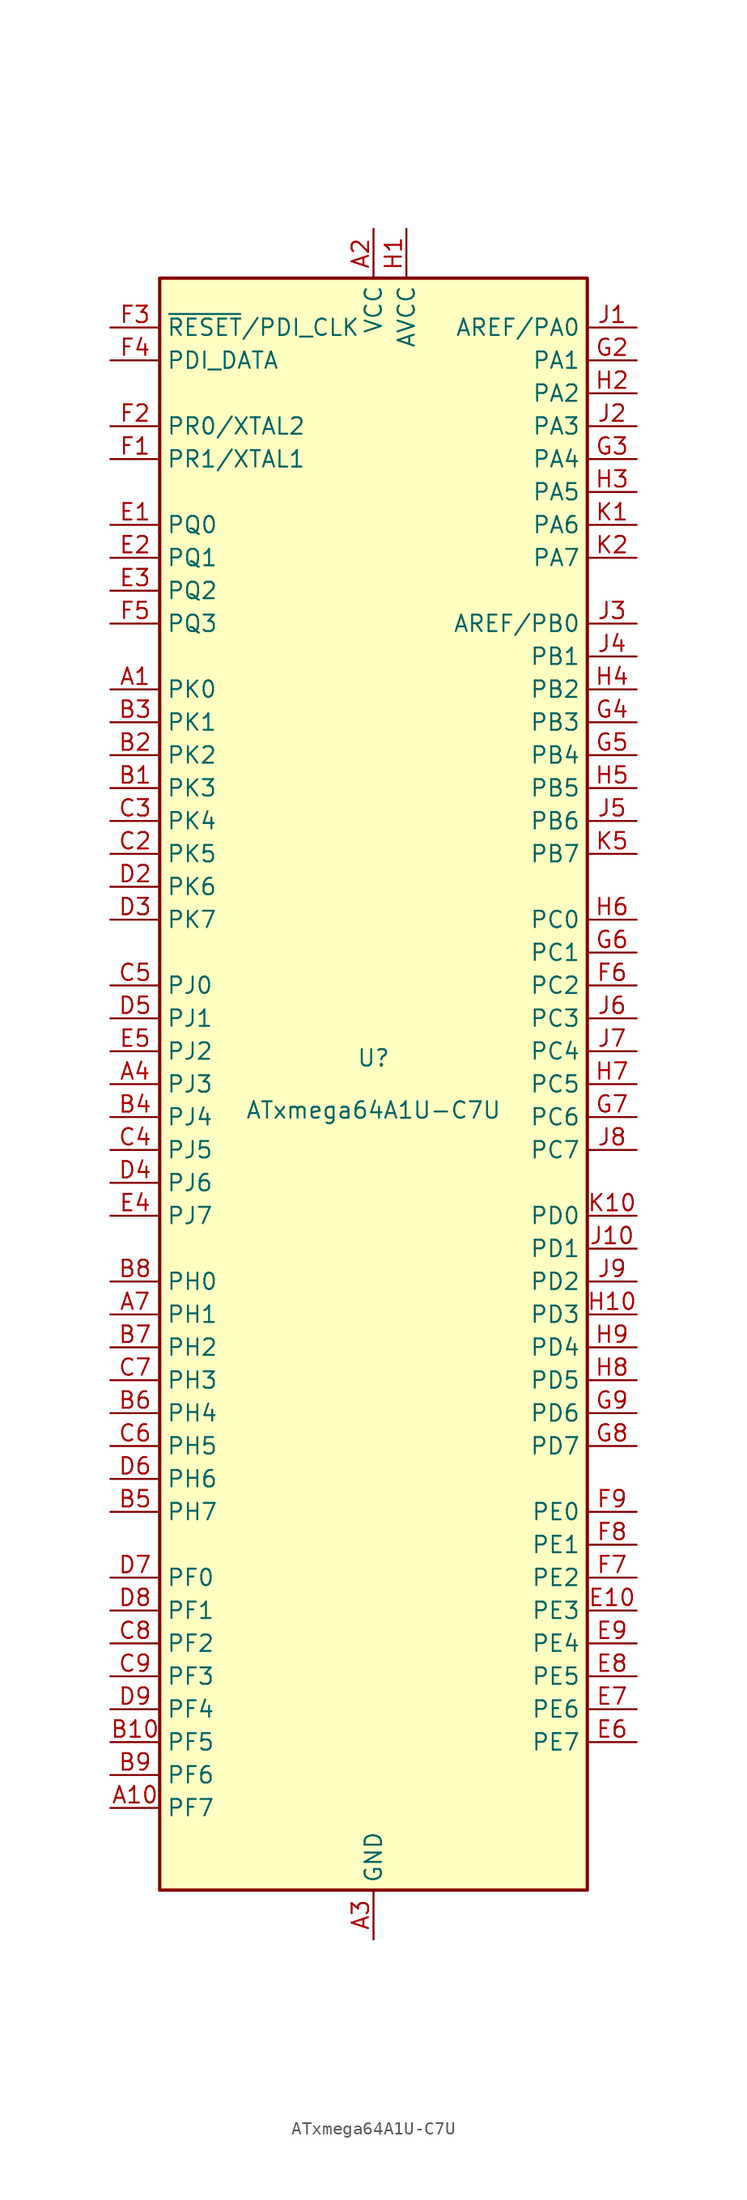
<source format=kicad_sym>
(kicad_symbol_lib
  (version 20211014)
  (generator kicad_symbol_editor)
  (symbol "ATxmega64A1U-C7U"
    (property "Reference" "U"
      (at 0 1.27 0)
      (effects (font (size 1.27 1.27)) (justify bottom)))
    (property "Value" "ATxmega64A1U-C7U"
      (at 0 -1.27 0)
      (effects (font (size 1.27 1.27)) (justify top)))
    (symbol "ATxmega64A1U-C7U_0_1"
      (rectangle (start -16.51 -62.23) (end 16.51 62.23) (stroke (width 0.254) (type default) (color 0 0 0 0)) (fill (type background))))
    (symbol "ATxmega64A1U-C7U_1_1"
      (pin bidirectional line (at -20.32 30.48 0) (length 3.81) (name "PK0" (effects (font (size 1.27 1.27)))) (number "A1" (effects (font (size 1.27 1.27)))))
      (pin bidirectional line (at -20.32 -55.88 0) (length 3.81) (name "PF7" (effects (font (size 1.27 1.27)))) (number "A10" (effects (font (size 1.27 1.27)))))
      (pin power_in line (at 0 66.04 270) (length 3.81) (name "VCC" (effects (font (size 1.27 1.27)))) (number "A2" (effects (font (size 1.27 1.27)))))
      (pin power_in line (at 0 -66.04 90) (length 3.81) (name "GND" (effects (font (size 1.27 1.27)))) (number "A3" (effects (font (size 1.27 1.27)))))
      (pin bidirectional line (at -20.32 0 0) (length 3.81) (name "PJ3" (effects (font (size 1.27 1.27)))) (number "A4" (effects (font (size 1.27 1.27)))))
      (pin passive line (at 0 66.04 270) (length 3.81) hide (name "VCC" (effects (font (size 1.27 1.27)))) (number "A5" (effects (font (size 1.27 1.27)))))
      (pin passive line (at 0 -66.04 90) (length 3.81) hide (name "GND" (effects (font (size 1.27 1.27)))) (number "A6" (effects (font (size 1.27 1.27)))))
      (pin bidirectional line (at -20.32 -17.78 0) (length 3.81) (name "PH1" (effects (font (size 1.27 1.27)))) (number "A7" (effects (font (size 1.27 1.27)))))
      (pin passive line (at 0 -66.04 90) (length 3.81) hide (name "GND" (effects (font (size 1.27 1.27)))) (number "A8" (effects (font (size 1.27 1.27)))))
      (pin passive line (at 0 66.04 270) (length 3.81) hide (name "VCC" (effects (font (size 1.27 1.27)))) (number "A9" (effects (font (size 1.27 1.27)))))
      (pin bidirectional line (at -20.32 22.86 0) (length 3.81) (name "PK3" (effects (font (size 1.27 1.27)))) (number "B1" (effects (font (size 1.27 1.27)))))
      (pin bidirectional line (at -20.32 -50.8 0) (length 3.81) (name "PF5" (effects (font (size 1.27 1.27)))) (number "B10" (effects (font (size 1.27 1.27)))))
      (pin bidirectional line (at -20.32 25.4 0) (length 3.81) (name "PK2" (effects (font (size 1.27 1.27)))) (number "B2" (effects (font (size 1.27 1.27)))))
      (pin bidirectional line (at -20.32 27.94 0) (length 3.81) (name "PK1" (effects (font (size 1.27 1.27)))) (number "B3" (effects (font (size 1.27 1.27)))))
      (pin bidirectional line (at -20.32 -2.54 0) (length 3.81) (name "PJ4" (effects (font (size 1.27 1.27)))) (number "B4" (effects (font (size 1.27 1.27)))))
      (pin bidirectional line (at -20.32 -33.02 0) (length 3.81) (name "PH7" (effects (font (size 1.27 1.27)))) (number "B5" (effects (font (size 1.27 1.27)))))
      (pin bidirectional line (at -20.32 -25.4 0) (length 3.81) (name "PH4" (effects (font (size 1.27 1.27)))) (number "B6" (effects (font (size 1.27 1.27)))))
      (pin bidirectional line (at -20.32 -20.32 0) (length 3.81) (name "PH2" (effects (font (size 1.27 1.27)))) (number "B7" (effects (font (size 1.27 1.27)))))
      (pin bidirectional line (at -20.32 -15.24 0) (length 3.81) (name "PH0" (effects (font (size 1.27 1.27)))) (number "B8" (effects (font (size 1.27 1.27)))))
      (pin bidirectional line (at -20.32 -53.34 0) (length 3.81) (name "PF6" (effects (font (size 1.27 1.27)))) (number "B9" (effects (font (size 1.27 1.27)))))
      (pin passive line (at 0 66.04 270) (length 3.81) hide (name "VCC" (effects (font (size 1.27 1.27)))) (number "C1" (effects (font (size 1.27 1.27)))))
      (pin passive line (at 0 66.04 270) (length 3.81) hide (name "VCC" (effects (font (size 1.27 1.27)))) (number "C10" (effects (font (size 1.27 1.27)))))
      (pin bidirectional line (at -20.32 17.78 0) (length 3.81) (name "PK5" (effects (font (size 1.27 1.27)))) (number "C2" (effects (font (size 1.27 1.27)))))
      (pin bidirectional line (at -20.32 20.32 0) (length 3.81) (name "PK4" (effects (font (size 1.27 1.27)))) (number "C3" (effects (font (size 1.27 1.27)))))
      (pin bidirectional line (at -20.32 -5.08 0) (length 3.81) (name "PJ5" (effects (font (size 1.27 1.27)))) (number "C4" (effects (font (size 1.27 1.27)))))
      (pin bidirectional line (at -20.32 7.62 0) (length 3.81) (name "PJ0" (effects (font (size 1.27 1.27)))) (number "C5" (effects (font (size 1.27 1.27)))))
      (pin bidirectional line (at -20.32 -27.94 0) (length 3.81) (name "PH5" (effects (font (size 1.27 1.27)))) (number "C6" (effects (font (size 1.27 1.27)))))
      (pin bidirectional line (at -20.32 -22.86 0) (length 3.81) (name "PH3" (effects (font (size 1.27 1.27)))) (number "C7" (effects (font (size 1.27 1.27)))))
      (pin bidirectional line (at -20.32 -43.18 0) (length 3.81) (name "PF2" (effects (font (size 1.27 1.27)))) (number "C8" (effects (font (size 1.27 1.27)))))
      (pin bidirectional line (at -20.32 -45.72 0) (length 3.81) (name "PF3" (effects (font (size 1.27 1.27)))) (number "C9" (effects (font (size 1.27 1.27)))))
      (pin passive line (at 0 -66.04 90) (length 3.81) hide (name "GND" (effects (font (size 1.27 1.27)))) (number "D1" (effects (font (size 1.27 1.27)))))
      (pin passive line (at 0 -66.04 90) (length 3.81) hide (name "GND" (effects (font (size 1.27 1.27)))) (number "D10" (effects (font (size 1.27 1.27)))))
      (pin bidirectional line (at -20.32 15.24 0) (length 3.81) (name "PK6" (effects (font (size 1.27 1.27)))) (number "D2" (effects (font (size 1.27 1.27)))))
      (pin bidirectional line (at -20.32 12.7 0) (length 3.81) (name "PK7" (effects (font (size 1.27 1.27)))) (number "D3" (effects (font (size 1.27 1.27)))))
      (pin bidirectional line (at -20.32 -7.62 0) (length 3.81) (name "PJ6" (effects (font (size 1.27 1.27)))) (number "D4" (effects (font (size 1.27 1.27)))))
      (pin bidirectional line (at -20.32 5.08 0) (length 3.81) (name "PJ1" (effects (font (size 1.27 1.27)))) (number "D5" (effects (font (size 1.27 1.27)))))
      (pin bidirectional line (at -20.32 -30.48 0) (length 3.81) (name "PH6" (effects (font (size 1.27 1.27)))) (number "D6" (effects (font (size 1.27 1.27)))))
      (pin bidirectional line (at -20.32 -38.1 0) (length 3.81) (name "PF0" (effects (font (size 1.27 1.27)))) (number "D7" (effects (font (size 1.27 1.27)))))
      (pin bidirectional line (at -20.32 -40.64 0) (length 3.81) (name "PF1" (effects (font (size 1.27 1.27)))) (number "D8" (effects (font (size 1.27 1.27)))))
      (pin bidirectional line (at -20.32 -48.26 0) (length 3.81) (name "PF4" (effects (font (size 1.27 1.27)))) (number "D9" (effects (font (size 1.27 1.27)))))
      (pin bidirectional line (at -20.32 43.18 0) (length 3.81) (name "PQ0" (effects (font (size 1.27 1.27)))) (number "E1" (effects (font (size 1.27 1.27)))))
      (pin bidirectional line (at 20.32 -40.64 180) (length 3.81) (name "PE3" (effects (font (size 1.27 1.27)))) (number "E10" (effects (font (size 1.27 1.27)))))
      (pin bidirectional line (at -20.32 40.64 0) (length 3.81) (name "PQ1" (effects (font (size 1.27 1.27)))) (number "E2" (effects (font (size 1.27 1.27)))))
      (pin bidirectional line (at -20.32 38.1 0) (length 3.81) (name "PQ2" (effects (font (size 1.27 1.27)))) (number "E3" (effects (font (size 1.27 1.27)))))
      (pin bidirectional line (at -20.32 -10.16 0) (length 3.81) (name "PJ7" (effects (font (size 1.27 1.27)))) (number "E4" (effects (font (size 1.27 1.27)))))
      (pin bidirectional line (at -20.32 2.54 0) (length 3.81) (name "PJ2" (effects (font (size 1.27 1.27)))) (number "E5" (effects (font (size 1.27 1.27)))))
      (pin bidirectional line (at 20.32 -50.8 180) (length 3.81) (name "PE7" (effects (font (size 1.27 1.27)))) (number "E6" (effects (font (size 1.27 1.27)))))
      (pin bidirectional line (at 20.32 -48.26 180) (length 3.81) (name "PE6" (effects (font (size 1.27 1.27)))) (number "E7" (effects (font (size 1.27 1.27)))))
      (pin bidirectional line (at 20.32 -45.72 180) (length 3.81) (name "PE5" (effects (font (size 1.27 1.27)))) (number "E8" (effects (font (size 1.27 1.27)))))
      (pin bidirectional line (at 20.32 -43.18 180) (length 3.81) (name "PE4" (effects (font (size 1.27 1.27)))) (number "E9" (effects (font (size 1.27 1.27)))))
      (pin bidirectional line (at -20.32 48.26 0) (length 3.81) (name "PR1/XTAL1" (effects (font (size 1.27 1.27)))) (number "F1" (effects (font (size 1.27 1.27)))))
      (pin passive line (at 0 66.04 270) (length 3.81) hide (name "VCC" (effects (font (size 1.27 1.27)))) (number "F10" (effects (font (size 1.27 1.27)))))
      (pin bidirectional line (at -20.32 50.8 0) (length 3.81) (name "PR0/XTAL2" (effects (font (size 1.27 1.27)))) (number "F2" (effects (font (size 1.27 1.27)))))
      (pin input line (at -20.32 58.42 0) (length 3.81) (name "~{RESET}/PDI_CLK" (effects (font (size 1.27 1.27)))) (number "F3" (effects (font (size 1.27 1.27)))))
      (pin bidirectional line (at -20.32 55.88 0) (length 3.81) (name "PDI_DATA" (effects (font (size 1.27 1.27)))) (number "F4" (effects (font (size 1.27 1.27)))))
      (pin bidirectional line (at -20.32 35.56 0) (length 3.81) (name "PQ3" (effects (font (size 1.27 1.27)))) (number "F5" (effects (font (size 1.27 1.27)))))
      (pin bidirectional line (at 20.32 7.62 180) (length 3.81) (name "PC2" (effects (font (size 1.27 1.27)))) (number "F6" (effects (font (size 1.27 1.27)))))
      (pin bidirectional line (at 20.32 -38.1 180) (length 3.81) (name "PE2" (effects (font (size 1.27 1.27)))) (number "F7" (effects (font (size 1.27 1.27)))))
      (pin bidirectional line (at 20.32 -35.56 180) (length 3.81) (name "PE1" (effects (font (size 1.27 1.27)))) (number "F8" (effects (font (size 1.27 1.27)))))
      (pin bidirectional line (at 20.32 -33.02 180) (length 3.81) (name "PE0" (effects (font (size 1.27 1.27)))) (number "F9" (effects (font (size 1.27 1.27)))))
      (pin passive line (at 0 -66.04 90) (length 3.81) hide (name "GND" (effects (font (size 1.27 1.27)))) (number "G1" (effects (font (size 1.27 1.27)))))
      (pin passive line (at 0 -66.04 90) (length 3.81) hide (name "GND" (effects (font (size 1.27 1.27)))) (number "G10" (effects (font (size 1.27 1.27)))))
      (pin bidirectional line (at 20.32 55.88 180) (length 3.81) (name "PA1" (effects (font (size 1.27 1.27)))) (number "G2" (effects (font (size 1.27 1.27)))))
      (pin bidirectional line (at 20.32 48.26 180) (length 3.81) (name "PA4" (effects (font (size 1.27 1.27)))) (number "G3" (effects (font (size 1.27 1.27)))))
      (pin bidirectional line (at 20.32 27.94 180) (length 3.81) (name "PB3" (effects (font (size 1.27 1.27)))) (number "G4" (effects (font (size 1.27 1.27)))))
      (pin bidirectional line (at 20.32 25.4 180) (length 3.81) (name "PB4" (effects (font (size 1.27 1.27)))) (number "G5" (effects (font (size 1.27 1.27)))))
      (pin bidirectional line (at 20.32 10.16 180) (length 3.81) (name "PC1" (effects (font (size 1.27 1.27)))) (number "G6" (effects (font (size 1.27 1.27)))))
      (pin bidirectional line (at 20.32 -2.54 180) (length 3.81) (name "PC6" (effects (font (size 1.27 1.27)))) (number "G7" (effects (font (size 1.27 1.27)))))
      (pin bidirectional line (at 20.32 -27.94 180) (length 3.81) (name "PD7" (effects (font (size 1.27 1.27)))) (number "G8" (effects (font (size 1.27 1.27)))))
      (pin bidirectional line (at 20.32 -25.4 180) (length 3.81) (name "PD6" (effects (font (size 1.27 1.27)))) (number "G9" (effects (font (size 1.27 1.27)))))
      (pin power_in line (at 2.54 66.04 270) (length 3.81) (name "AVCC" (effects (font (size 1.27 1.27)))) (number "H1" (effects (font (size 1.27 1.27)))))
      (pin bidirectional line (at 20.32 -17.78 180) (length 3.81) (name "PD3" (effects (font (size 1.27 1.27)))) (number "H10" (effects (font (size 1.27 1.27)))))
      (pin bidirectional line (at 20.32 53.34 180) (length 3.81) (name "PA2" (effects (font (size 1.27 1.27)))) (number "H2" (effects (font (size 1.27 1.27)))))
      (pin bidirectional line (at 20.32 45.72 180) (length 3.81) (name "PA5" (effects (font (size 1.27 1.27)))) (number "H3" (effects (font (size 1.27 1.27)))))
      (pin bidirectional line (at 20.32 30.48 180) (length 3.81) (name "PB2" (effects (font (size 1.27 1.27)))) (number "H4" (effects (font (size 1.27 1.27)))))
      (pin bidirectional line (at 20.32 22.86 180) (length 3.81) (name "PB5" (effects (font (size 1.27 1.27)))) (number "H5" (effects (font (size 1.27 1.27)))))
      (pin bidirectional line (at 20.32 12.7 180) (length 3.81) (name "PC0" (effects (font (size 1.27 1.27)))) (number "H6" (effects (font (size 1.27 1.27)))))
      (pin bidirectional line (at 20.32 0 180) (length 3.81) (name "PC5" (effects (font (size 1.27 1.27)))) (number "H7" (effects (font (size 1.27 1.27)))))
      (pin bidirectional line (at 20.32 -22.86 180) (length 3.81) (name "PD5" (effects (font (size 1.27 1.27)))) (number "H8" (effects (font (size 1.27 1.27)))))
      (pin bidirectional line (at 20.32 -20.32 180) (length 3.81) (name "PD4" (effects (font (size 1.27 1.27)))) (number "H9" (effects (font (size 1.27 1.27)))))
      (pin bidirectional line (at 20.32 58.42 180) (length 3.81) (name "AREF/PA0" (effects (font (size 1.27 1.27)))) (number "J1" (effects (font (size 1.27 1.27)))))
      (pin bidirectional line (at 20.32 -12.7 180) (length 3.81) (name "PD1" (effects (font (size 1.27 1.27)))) (number "J10" (effects (font (size 1.27 1.27)))))
      (pin bidirectional line (at 20.32 50.8 180) (length 3.81) (name "PA3" (effects (font (size 1.27 1.27)))) (number "J2" (effects (font (size 1.27 1.27)))))
      (pin bidirectional line (at 20.32 35.56 180) (length 3.81) (name "AREF/PB0" (effects (font (size 1.27 1.27)))) (number "J3" (effects (font (size 1.27 1.27)))))
      (pin bidirectional line (at 20.32 33.02 180) (length 3.81) (name "PB1" (effects (font (size 1.27 1.27)))) (number "J4" (effects (font (size 1.27 1.27)))))
      (pin bidirectional line (at 20.32 20.32 180) (length 3.81) (name "PB6" (effects (font (size 1.27 1.27)))) (number "J5" (effects (font (size 1.27 1.27)))))
      (pin bidirectional line (at 20.32 5.08 180) (length 3.81) (name "PC3" (effects (font (size 1.27 1.27)))) (number "J6" (effects (font (size 1.27 1.27)))))
      (pin bidirectional line (at 20.32 2.54 180) (length 3.81) (name "PC4" (effects (font (size 1.27 1.27)))) (number "J7" (effects (font (size 1.27 1.27)))))
      (pin bidirectional line (at 20.32 -5.08 180) (length 3.81) (name "PC7" (effects (font (size 1.27 1.27)))) (number "J8" (effects (font (size 1.27 1.27)))))
      (pin bidirectional line (at 20.32 -15.24 180) (length 3.81) (name "PD2" (effects (font (size 1.27 1.27)))) (number "J9" (effects (font (size 1.27 1.27)))))
      (pin bidirectional line (at 20.32 43.18 180) (length 3.81) (name "PA6" (effects (font (size 1.27 1.27)))) (number "K1" (effects (font (size 1.27 1.27)))))
      (pin bidirectional line (at 20.32 -10.16 180) (length 3.81) (name "PD0" (effects (font (size 1.27 1.27)))) (number "K10" (effects (font (size 1.27 1.27)))))
      (pin bidirectional line (at 20.32 40.64 180) (length 3.81) (name "PA7" (effects (font (size 1.27 1.27)))) (number "K2" (effects (font (size 1.27 1.27)))))
      (pin passive line (at 0 -66.04 90) (length 3.81) hide (name "GND" (effects (font (size 1.27 1.27)))) (number "K3" (effects (font (size 1.27 1.27)))))
      (pin passive line (at 2.54 66.04 270) (length 3.81) hide (name "AVCC" (effects (font (size 1.27 1.27)))) (number "K4" (effects (font (size 1.27 1.27)))))
      (pin bidirectional line (at 20.32 17.78 180) (length 3.81) (name "PB7" (effects (font (size 1.27 1.27)))) (number "K5" (effects (font (size 1.27 1.27)))))
      (pin passive line (at 0 66.04 270) (length 3.81) hide (name "VCC" (effects (font (size 1.27 1.27)))) (number "K6" (effects (font (size 1.27 1.27)))))
      (pin passive line (at 0 -66.04 90) (length 3.81) hide (name "GND" (effects (font (size 1.27 1.27)))) (number "K7" (effects (font (size 1.27 1.27)))))
      (pin passive line (at 0 66.04 270) (length 3.81) hide (name "VCC" (effects (font (size 1.27 1.27)))) (number "K8" (effects (font (size 1.27 1.27)))))
      (pin passive line (at 0 -66.04 90) (length 3.81) hide (name "GND" (effects (font (size 1.27 1.27)))) (number "K9" (effects (font (size 1.27 1.27))))))))
</source>
